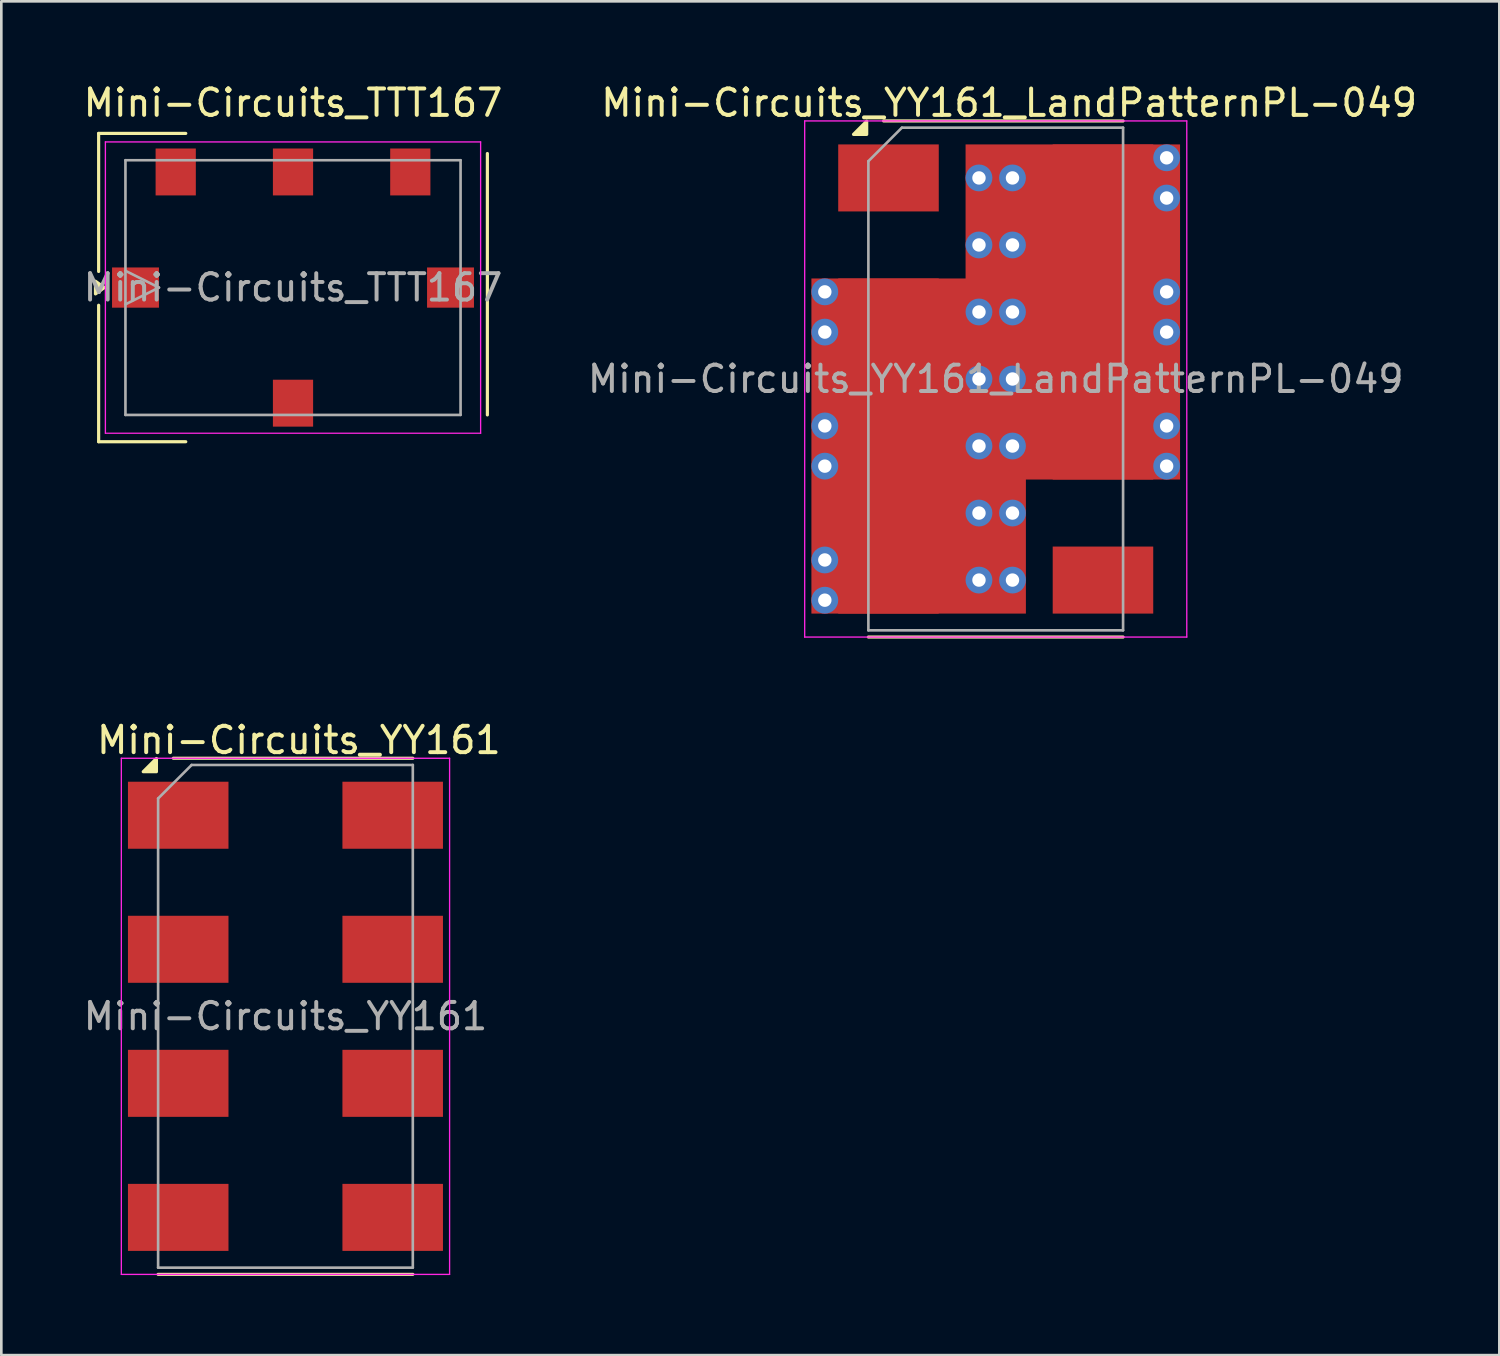
<source format=kicad_pcb>
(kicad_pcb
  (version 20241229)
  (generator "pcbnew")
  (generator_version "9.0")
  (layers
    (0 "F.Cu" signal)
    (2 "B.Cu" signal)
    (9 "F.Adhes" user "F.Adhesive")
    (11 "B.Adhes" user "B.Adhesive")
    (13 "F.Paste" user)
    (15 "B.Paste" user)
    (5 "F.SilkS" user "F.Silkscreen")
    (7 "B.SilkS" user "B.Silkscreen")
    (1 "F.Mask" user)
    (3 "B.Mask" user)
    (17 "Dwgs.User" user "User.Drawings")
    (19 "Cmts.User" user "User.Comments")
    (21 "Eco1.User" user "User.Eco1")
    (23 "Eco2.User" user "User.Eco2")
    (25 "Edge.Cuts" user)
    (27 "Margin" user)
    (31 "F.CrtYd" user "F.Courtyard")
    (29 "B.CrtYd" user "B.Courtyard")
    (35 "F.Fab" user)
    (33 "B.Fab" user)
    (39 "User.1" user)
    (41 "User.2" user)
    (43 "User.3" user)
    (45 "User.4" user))
  (footprint "Mini-Circuits_TTT167"
    (layer "F.Cu")
    (at 8.054 7.848)
    (property "Reference" "Mini-Circuits_TTT167" (at 0 -7 180) (layer "F.SilkS") (effects (font (size 1 1) (thickness 0.15))))
    (attr smd)
    (fp_line (start -7.366 -5.842) (end -7.366 -0.61) (stroke (width 0.12) (type solid)) (layer "F.SilkS"))
    (fp_line (start -7.366 5.842) (end -7.366 0.67) (stroke (width 0.12) (type solid)) (layer "F.SilkS"))
    (fp_line (start -7.366 5.842) (end -4.064 5.842) (stroke (width 0.12) (type solid)) (layer "F.SilkS"))
    (fp_line (start -4.064 -5.842) (end -7.366 -5.842) (stroke (width 0.12) (type solid)) (layer "F.SilkS"))
    (fp_line (start 7.366 4.826) (end 7.366 -5.08) (stroke (width 0.12) (type solid)) (layer "F.SilkS"))
    (fp_poly (pts (xy -7.15 0) (xy -7.486 0.24) (xy -7.486 -0.24) (xy -7.15 0)) (stroke (width 0.12) (type solid)) (fill yes) (layer "F.SilkS"))
    (fp_line (start -7.11 -5.52) (end -7.11 5.52) (stroke (width 0.05) (type solid)) (layer "F.CrtYd"))
    (fp_line (start -7.11 -5.52) (end 7.11 -5.52) (stroke (width 0.05) (type solid)) (layer "F.CrtYd"))
    (fp_line (start 7.11 5.52) (end -7.11 5.52) (stroke (width 0.05) (type solid)) (layer "F.CrtYd"))
    (fp_line (start 7.11 5.52) (end 7.11 -5.52) (stroke (width 0.05) (type solid)) (layer "F.CrtYd"))
    (fp_line (start -6.35 -4.826) (end 6.35 -4.826) (stroke (width 0.1) (type solid)) (layer "F.Fab"))
    (fp_line (start -6.35 -0.635) (end -5.08 0) (stroke (width 0.1) (type solid)) (layer "F.Fab"))
    (fp_line (start -6.35 4.826) (end -6.35 -4.826) (stroke (width 0.1) (type solid)) (layer "F.Fab"))
    (fp_line (start -5.08 0) (end -6.35 0.635) (stroke (width 0.1) (type solid)) (layer "F.Fab"))
    (fp_line (start 6.35 -4.826) (end 6.35 4.826) (stroke (width 0.1) (type solid)) (layer "F.Fab"))
    (fp_line (start 6.35 4.826) (end -6.35 4.826) (stroke (width 0.1) (type solid)) (layer "F.Fab"))
    (fp_text user "${REFERENCE}" (at 0 0 180) (layer "F.Fab") (effects (font (size 1 1) (thickness 0.15))))
    (pad "1" smd rect (at -5.969 0) (size 1.778 1.524) (layers "F.Cu" "F.Mask" "F.Paste"))
    (pad "2" smd rect (at 5.969 0 180) (size 1.778 1.524) (layers "F.Cu" "F.Mask" "F.Paste"))
    (pad "3" smd rect (at 0 -4.381 270) (size 1.778 1.524) (layers "F.Cu" "F.Mask" "F.Paste"))
    (pad "4" smd rect (at 0 4.381 90) (size 1.778 1.524) (layers "F.Cu" "F.Mask" "F.Paste"))
    (pad "5" smd rect (at 4.445 -4.381 270) (size 1.778 1.524) (layers "F.Cu" "F.Mask" "F.Paste"))
    (pad "6" smd rect (at -4.445 -4.381 270) (size 1.778 1.524) (layers "F.Cu" "F.Mask" "F.Paste")))
  (footprint "Mini-Circuits_YY161_LandPatternPL-049"
    (layer "F.Cu")
    (at 34.685 11.313)
    (property "Reference" "Mini-Circuits_YY161_LandPatternPL-049" (at 0.508 -10.465 0) (layer "F.SilkS") (effects (font (size 1 1) (thickness 0.15))))
    (attr smd)
    (fp_line (start -4.826 9.779) (end 4.826 9.779) (stroke (width 0.12) (type solid)) (layer "F.SilkS"))
    (fp_line (start 4.826 -9.779) (end -4.25 -9.78) (stroke (width 0.12) (type solid)) (layer "F.SilkS"))
    (fp_poly (pts (xy -4.89 -9.27) (xy -5.39 -9.27) (xy -4.89 -9.77) (xy -4.89 -9.27)) (stroke (width 0.12) (type solid)) (fill yes) (layer "F.SilkS"))
    (fp_line (start -7.24 -9.78) (end -7.24 9.78) (stroke (width 0.05) (type solid)) (layer "F.CrtYd"))
    (fp_line (start -7.24 -9.78) (end 7.24 -9.78) (stroke (width 0.05) (type solid)) (layer "F.CrtYd"))
    (fp_line (start 7.24 9.78) (end -7.24 9.78) (stroke (width 0.05) (type solid)) (layer "F.CrtYd"))
    (fp_line (start 7.24 9.78) (end 7.24 -9.78) (stroke (width 0.05) (type solid)) (layer "F.CrtYd"))
    (fp_line (start -4.826 -8.255) (end -4.826 9.525) (stroke (width 0.1) (type solid)) (layer "F.Fab"))
    (fp_line (start -3.556 -9.525) (end -4.826 -8.255) (stroke (width 0.1) (type solid)) (layer "F.Fab"))
    (fp_line (start 4.826 -9.525) (end -3.556 -9.525) (stroke (width 0.1) (type solid)) (layer "F.Fab"))
    (fp_line (start 4.826 9.525) (end -4.826 9.525) (stroke (width 0.1) (type solid)) (layer "F.Fab"))
    (fp_line (start 4.826 9.525) (end 4.826 -9.525) (stroke (width 0.1) (type solid)) (layer "F.Fab"))
    (fp_text user "${REFERENCE}" (at 0 0 0) (layer "F.Fab") (effects (font (size 1 1) (thickness 0.15))))
    (pad "1" smd rect (at -4.064 -7.62 270) (size 2.54 3.81) (layers "F.Cu" "F.Mask" "F.Paste"))
    (pad "2" thru_hole circle (at -6.477 -3.302 270) (size 1.016 1.016) (drill 0.508) (layers "*.Cu"))
    (pad "2" thru_hole circle (at -6.477 -1.778 270) (size 1.016 1.016) (drill 0.508) (layers "*.Cu"))
    (pad "2" thru_hole circle (at -6.477 1.778 270) (size 1.016 1.016) (drill 0.508) (layers "*.Cu"))
    (pad "2" thru_hole circle (at -6.477 3.302 270) (size 1.016 1.016) (drill 0.508) (layers "*.Cu"))
    (pad "2" thru_hole circle (at -6.477 6.858 270) (size 1.016 1.016) (drill 0.508) (layers "*.Cu"))
    (pad "2" thru_hole circle (at -6.477 8.382 270) (size 1.016 1.016) (drill 0.508) (layers "*.Cu"))
    (pad "2" smd rect (at -2.921 2.54 270) (size 12.7 8.128) (layers "F.Cu"))
    (pad "2" thru_hole circle (at -0.635 -7.62 270) (size 1.016 1.016) (drill 0.508) (layers "*.Cu"))
    (pad "2" thru_hole circle (at -0.635 -5.08 270) (size 1.016 1.016) (drill 0.508) (layers "*.Cu"))
    (pad "2" thru_hole circle (at -0.635 -2.54 270) (size 1.016 1.016) (drill 0.508) (layers "*.Cu"))
    (pad "2" thru_hole circle (at -0.635 0 270) (size 1.016 1.016) (drill 0.508) (layers "*.Cu"))
    (pad "2" thru_hole circle (at -0.635 2.54 270) (size 1.016 1.016) (drill 0.508) (layers "*.Cu"))
    (pad "2" thru_hole circle (at -0.635 5.08 270) (size 1.016 1.016) (drill 0.508) (layers "*.Cu"))
    (pad "2" thru_hole circle (at -0.635 7.62 270) (size 1.016 1.016) (drill 0.508) (layers "*.Cu"))
    (pad "2" thru_hole circle (at 0.635 -7.62 270) (size 1.016 1.016) (drill 0.508) (layers "*.Cu"))
    (pad "2" thru_hole circle (at 0.635 -5.08 270) (size 1.016 1.016) (drill 0.508) (layers "*.Cu"))
    (pad "2" thru_hole circle (at 0.635 -2.54 270) (size 1.016 1.016) (drill 0.508) (layers "*.Cu"))
    (pad "2" thru_hole circle (at 0.635 0 270) (size 1.016 1.016) (drill 0.508) (layers "*.Cu"))
    (pad "2" thru_hole circle (at 0.635 2.54 270) (size 1.016 1.016) (drill 0.508) (layers "*.Cu"))
    (pad "2" thru_hole circle (at 0.635 5.08 270) (size 1.016 1.016) (drill 0.508) (layers "*.Cu"))
    (pad "2" thru_hole circle (at 0.635 7.62 270) (size 1.016 1.016) (drill 0.508) (layers "*.Cu"))
    (pad "2" smd rect (at 2.921 -2.54 270) (size 12.7 8.128) (layers "F.Cu"))
    (pad "2" smd rect (at 4.064 -7.62 270) (size 2.54 3.81) (layers "F.Cu" "F.Mask" "F.Paste"))
    (pad "2" thru_hole circle (at 6.477 -8.382 270) (size 1.016 1.016) (drill 0.508) (layers "*.Cu"))
    (pad "2" thru_hole circle (at 6.477 -6.858 270) (size 1.016 1.016) (drill 0.508) (layers "*.Cu"))
    (pad "2" thru_hole circle (at 6.477 -3.302 270) (size 1.016 1.016) (drill 0.508) (layers "*.Cu"))
    (pad "2" thru_hole circle (at 6.477 -1.778 270) (size 1.016 1.016) (drill 0.508) (layers "*.Cu"))
    (pad "2" thru_hole circle (at 6.477 1.778 270) (size 1.016 1.016) (drill 0.508) (layers "*.Cu"))
    (pad "2" thru_hole circle (at 6.477 3.302 270) (size 1.016 1.016) (drill 0.508) (layers "*.Cu"))
    (pad "3" smd rect (at -4.064 -2.54 270) (size 2.54 3.81) (layers "F.Cu" "F.Mask" "F.Paste"))
    (pad "4" smd rect (at 4.064 -2.54 270) (size 2.54 3.81) (layers "F.Cu" "F.Mask" "F.Paste"))
    (pad "5" smd rect (at -4.064 2.54 270) (size 2.54 3.81) (layers "F.Cu" "F.Mask" "F.Paste"))
    (pad "6" smd rect (at 4.064 2.54 270) (size 2.54 3.81) (layers "F.Cu" "F.Mask" "F.Paste"))
    (pad "7" smd rect (at -4.064 7.62 270) (size 2.54 3.81) (layers "F.Cu" "F.Mask" "F.Paste"))
    (pad "8" smd rect (at 4.064 7.62 270) (size 2.54 3.81) (layers "F.Cu" "F.Mask" "F.Paste")))
  (footprint "Mini-Circuits_YY161"
    (layer "F.Cu")
    (at 7.768 35.465)
    (property "Reference" "Mini-Circuits_YY161" (at 0.508 -10.465 0) (layer "F.SilkS") (effects (font (size 1 1) (thickness 0.15))))
    (attr smd)
    (fp_line (start -4.826 9.779) (end 4.826 9.779) (stroke (width 0.12) (type solid)) (layer "F.SilkS"))
    (fp_line (start 4.826 -9.779) (end -4.25 -9.78) (stroke (width 0.12) (type solid)) (layer "F.SilkS"))
    (fp_poly (pts (xy -4.89 -9.27) (xy -5.39 -9.27) (xy -4.89 -9.77) (xy -4.89 -9.27)) (stroke (width 0.12) (type solid)) (fill yes) (layer "F.SilkS"))
    (fp_line (start -6.22 -9.78) (end -6.22 9.78) (stroke (width 0.05) (type solid)) (layer "F.CrtYd"))
    (fp_line (start -6.22 -9.78) (end 6.22 -9.78) (stroke (width 0.05) (type solid)) (layer "F.CrtYd"))
    (fp_line (start 6.22 9.78) (end -6.22 9.78) (stroke (width 0.05) (type solid)) (layer "F.CrtYd"))
    (fp_line (start 6.22 9.78) (end 6.22 -9.78) (stroke (width 0.05) (type solid)) (layer "F.CrtYd"))
    (fp_line (start -4.826 -8.255) (end -4.826 9.525) (stroke (width 0.1) (type solid)) (layer "F.Fab"))
    (fp_line (start -3.556 -9.525) (end -4.826 -8.255) (stroke (width 0.1) (type solid)) (layer "F.Fab"))
    (fp_line (start 4.826 -9.525) (end -3.556 -9.525) (stroke (width 0.1) (type solid)) (layer "F.Fab"))
    (fp_line (start 4.826 9.525) (end -4.826 9.525) (stroke (width 0.1) (type solid)) (layer "F.Fab"))
    (fp_line (start 4.826 9.525) (end 4.826 -9.525) (stroke (width 0.1) (type solid)) (layer "F.Fab"))
    (fp_text user "${REFERENCE}" (at 0 0 0) (layer "F.Fab") (effects (font (size 1 1) (thickness 0.15))))
    (pad "1" smd rect (at -4.064 -7.62 270) (size 2.54 3.81) (layers "F.Cu" "F.Mask" "F.Paste"))
    (pad "2" smd rect (at 4.064 -7.62 270) (size 2.54 3.81) (layers "F.Cu" "F.Mask" "F.Paste"))
    (pad "3" smd rect (at -4.064 -2.54 270) (size 2.54 3.81) (layers "F.Cu" "F.Mask" "F.Paste"))
    (pad "4" smd rect (at 4.064 -2.54 270) (size 2.54 3.81) (layers "F.Cu" "F.Mask" "F.Paste"))
    (pad "5" smd rect (at -4.064 2.54 270) (size 2.54 3.81) (layers "F.Cu" "F.Mask" "F.Paste"))
    (pad "6" smd rect (at 4.064 2.54 270) (size 2.54 3.81) (layers "F.Cu" "F.Mask" "F.Paste"))
    (pad "7" smd rect (at -4.064 7.62 270) (size 2.54 3.81) (layers "F.Cu" "F.Mask" "F.Paste"))
    (pad "8" smd rect (at 4.064 7.62 270) (size 2.54 3.81) (layers "F.Cu" "F.Mask" "F.Paste")))
  (gr_rect
    (start -3 -3)
    (end 53.77 48.304)
    (stroke (width 0.1) (type default))
    (fill no)
    (layer "Edge.Cuts")))
</source>
